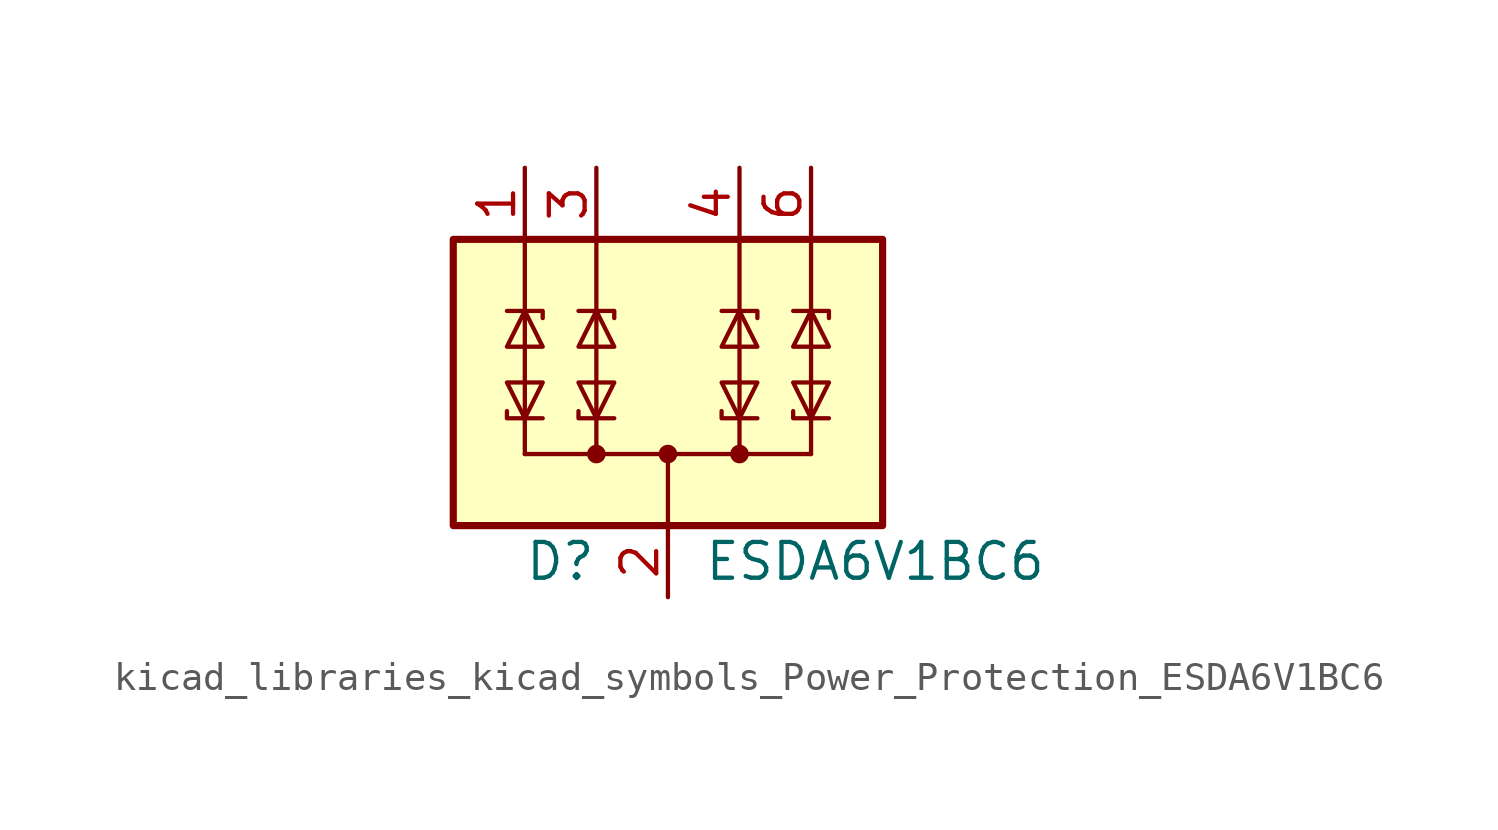
<source format=kicad_sym>
(kicad_symbol_lib
  (version 20220914)
  (generator kicad_symbol_editor)
  (symbol "kicad_libraries_kicad_symbols_Power_Protection_ESDA6V1BC6"
    (pin_names hide)
    (property "Reference" "D"
      (at -2.54 -6.35 0)
      (effects (font (size 1.27 1.27)) (justify right)))
    (property "Value" "ESDA6V1BC6"
      (at 1.27 -6.35 0)
      (effects (font (size 1.27 1.27)) (justify left)))
    (symbol "kicad_libraries_kicad_symbols_Power_Protection_ESDA6V1BC6_0_0"
      (pin passive line (at 0 -7.62 90) (length 2.54) (name "COM" (effects (font (size 1.27 1.27)))) (number "2" (effects (font (size 1.27 1.27))))))
    (symbol "kicad_libraries_kicad_symbols_Power_Protection_ESDA6V1BC6_0_1"
      (rectangle (start -7.62 5.08) (end 7.62 -5.08) (stroke (width 0.254) (type default)) (fill (type background)))
      (circle (center -2.54 -2.54) (radius 0.254) (stroke (width 0) (type default)) (fill (type outline)))
      (circle (center 0 -2.54) (radius 0.254) (stroke (width 0) (type default)) (fill (type outline)))
      (polyline (pts (xy -5.08 -2.54) (xy -5.08 -1.27)) (stroke (width 0) (type default)) (fill (type none)))
      (polyline (pts (xy -5.08 -2.54) (xy 5.08 -2.54)) (stroke (width 0) (type default)) (fill (type none)))
      (polyline (pts (xy -5.08 2.54) (xy -5.08 -1.27)) (stroke (width 0) (type default)) (fill (type none)))
      (polyline (pts (xy -5.08 5.08) (xy -5.08 2.54)) (stroke (width 0) (type default)) (fill (type none)))
      (polyline (pts (xy -2.54 -2.54) (xy -2.54 -1.27)) (stroke (width 0) (type default)) (fill (type none)))
      (polyline (pts (xy -2.54 2.54) (xy -2.54 -1.27)) (stroke (width 0) (type default)) (fill (type none)))
      (polyline (pts (xy -2.54 5.08) (xy -2.54 2.54)) (stroke (width 0) (type default)) (fill (type none)))
      (polyline (pts (xy 0 -2.54) (xy 0 -5.08)) (stroke (width 0) (type default)) (fill (type none)))
      (polyline (pts (xy 2.54 -2.54) (xy 2.54 -1.27)) (stroke (width 0) (type default)) (fill (type none)))
      (polyline (pts (xy 2.54 2.54) (xy 2.54 -1.27)) (stroke (width 0) (type default)) (fill (type none)))
      (polyline (pts (xy 2.54 5.08) (xy 2.54 2.54)) (stroke (width 0) (type default)) (fill (type none)))
      (polyline (pts (xy 5.08 -2.54) (xy 5.08 -1.27)) (stroke (width 0) (type default)) (fill (type none)))
      (polyline (pts (xy 5.08 2.54) (xy 5.08 -1.27)) (stroke (width 0) (type default)) (fill (type none)))
      (polyline (pts (xy 5.08 5.08) (xy 5.08 2.54)) (stroke (width 0) (type default)) (fill (type none)))
      (polyline (pts (xy -5.715 -1.016) (xy -5.715 -1.27) (xy -4.445 -1.27)) (stroke (width 0) (type default)) (fill (type none)))
      (polyline (pts (xy -5.715 2.54) (xy -4.445 2.54) (xy -4.445 2.286)) (stroke (width 0) (type default)) (fill (type none)))
      (polyline (pts (xy -3.175 -1.016) (xy -3.175 -1.27) (xy -1.905 -1.27)) (stroke (width 0) (type default)) (fill (type none)))
      (polyline (pts (xy -3.175 2.54) (xy -1.905 2.54) (xy -1.905 2.286)) (stroke (width 0) (type default)) (fill (type none)))
      (polyline (pts (xy 1.905 -1.016) (xy 1.905 -1.27) (xy 3.175 -1.27)) (stroke (width 0) (type default)) (fill (type none)))
      (polyline (pts (xy 1.905 2.54) (xy 3.175 2.54) (xy 3.175 2.286)) (stroke (width 0) (type default)) (fill (type none)))
      (polyline (pts (xy 4.445 -1.016) (xy 4.445 -1.27) (xy 5.715 -1.27)) (stroke (width 0) (type default)) (fill (type none)))
      (polyline (pts (xy 4.445 2.54) (xy 5.715 2.54) (xy 5.715 2.286)) (stroke (width 0) (type default)) (fill (type none)))
      (polyline (pts (xy -5.08 -1.27) (xy -5.715 0) (xy -4.445 0) (xy -5.08 -1.27)) (stroke (width 0) (type default)) (fill (type none)))
      (polyline (pts (xy -5.08 2.54) (xy -4.445 1.27) (xy -5.715 1.27) (xy -5.08 2.54)) (stroke (width 0) (type default)) (fill (type none)))
      (polyline (pts (xy -2.54 -1.27) (xy -3.175 0) (xy -1.905 0) (xy -2.54 -1.27)) (stroke (width 0) (type default)) (fill (type none)))
      (polyline (pts (xy -2.54 2.54) (xy -1.905 1.27) (xy -3.175 1.27) (xy -2.54 2.54)) (stroke (width 0) (type default)) (fill (type none)))
      (polyline (pts (xy 2.54 -1.27) (xy 1.905 0) (xy 3.175 0) (xy 2.54 -1.27)) (stroke (width 0) (type default)) (fill (type none)))
      (polyline (pts (xy 2.54 2.54) (xy 3.175 1.27) (xy 1.905 1.27) (xy 2.54 2.54)) (stroke (width 0) (type default)) (fill (type none)))
      (polyline (pts (xy 5.08 -1.27) (xy 4.445 0) (xy 5.715 0) (xy 5.08 -1.27)) (stroke (width 0) (type default)) (fill (type none)))
      (polyline (pts (xy 5.08 2.54) (xy 5.715 1.27) (xy 4.445 1.27) (xy 5.08 2.54)) (stroke (width 0) (type default)) (fill (type none)))
      (circle (center 2.54 -2.54) (radius 0.254) (stroke (width 0) (type default)) (fill (type outline))))
    (symbol "kicad_libraries_kicad_symbols_Power_Protection_ESDA6V1BC6_1_1"
      (pin passive line (at -5.08 7.62 270) (length 2.54) (name "TVS1" (effects (font (size 1.27 1.27)))) (number "1" (effects (font (size 1.27 1.27)))))
      (pin passive line (at -2.54 7.62 270) (length 2.54) (name "TVS2" (effects (font (size 1.27 1.27)))) (number "3" (effects (font (size 1.27 1.27)))))
      (pin passive line (at 2.54 7.62 270) (length 2.54) (name "TVS3" (effects (font (size 1.27 1.27)))) (number "4" (effects (font (size 1.27 1.27)))))
      (pin passive line (at 0 -7.62 90) (length 2.54) hide (name "COM" (effects (font (size 1.27 1.27)))) (number "5" (effects (font (size 1.27 1.27)))))
      (pin passive line (at 5.08 7.62 270) (length 2.54) (name "TVS4" (effects (font (size 1.27 1.27)))) (number "6" (effects (font (size 1.27 1.27))))))))
</source>
